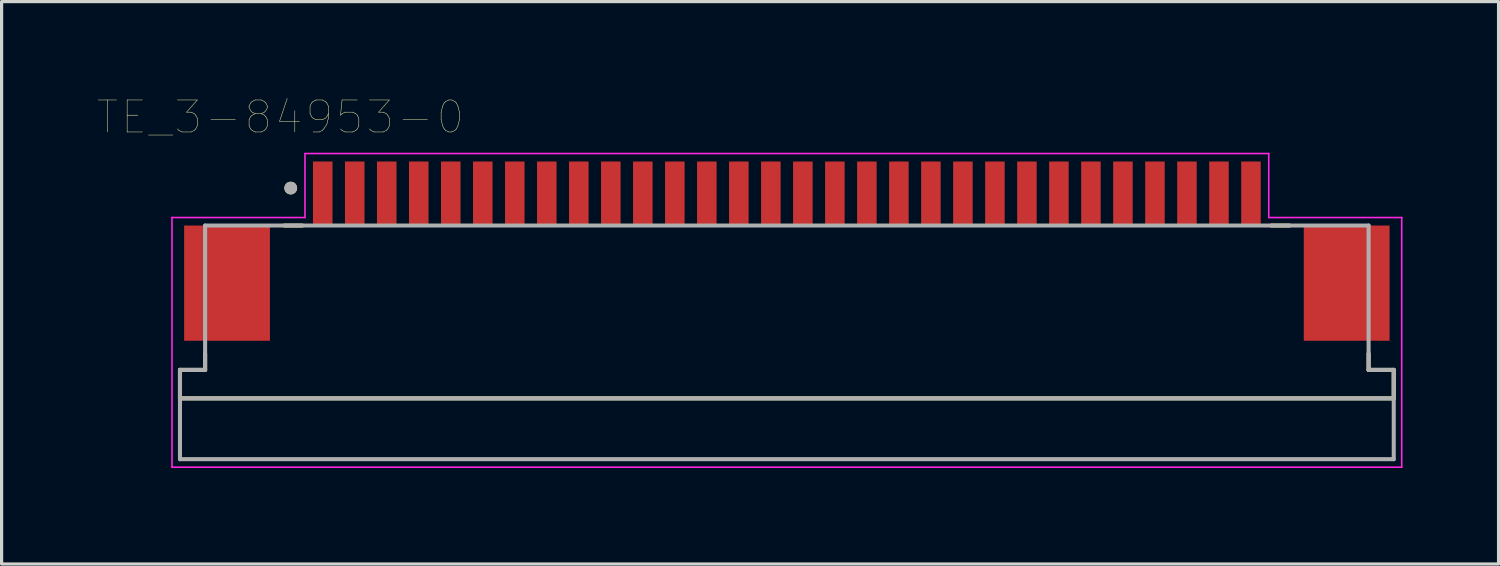
<source format=kicad_pcb>
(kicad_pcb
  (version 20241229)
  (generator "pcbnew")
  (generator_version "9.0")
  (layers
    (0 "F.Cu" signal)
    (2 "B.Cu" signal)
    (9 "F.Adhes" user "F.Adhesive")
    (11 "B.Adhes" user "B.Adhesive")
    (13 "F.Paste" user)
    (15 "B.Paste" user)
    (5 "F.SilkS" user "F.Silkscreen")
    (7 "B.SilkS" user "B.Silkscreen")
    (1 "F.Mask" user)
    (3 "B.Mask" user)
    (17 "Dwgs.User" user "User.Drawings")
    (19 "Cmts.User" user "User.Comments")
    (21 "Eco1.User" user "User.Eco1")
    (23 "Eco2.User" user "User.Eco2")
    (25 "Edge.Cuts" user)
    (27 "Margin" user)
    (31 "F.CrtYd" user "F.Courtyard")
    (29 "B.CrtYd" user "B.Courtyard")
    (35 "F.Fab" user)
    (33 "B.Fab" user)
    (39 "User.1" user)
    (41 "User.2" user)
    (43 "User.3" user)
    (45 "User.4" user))
  (footprint "TE_3-84953-0"
    (layer "F.Cu")
    (at 21.533 2.996)
    (property "Reference" "TE_3-84953-0" (at -15.825 -2.385 0) (layer "F.SilkS") (effects (font (size 1 1) (thickness 0.015))))
    (attr through_hole)
    (fp_line (start -18.96 6.4) (end -18.96 5.51) (stroke (width 0.127) (type solid)) (layer "F.SilkS"))
    (fp_line (start -18.175 5) (end -18.175 5.51) (stroke (width 0.127) (type solid)) (layer "F.SilkS"))
    (fp_line (start -18.175 5.51) (end -18.96 5.51) (stroke (width 0.127) (type solid)) (layer "F.SilkS"))
    (fp_line (start -15.7 1) (end -15.14 1) (stroke (width 0.127) (type solid)) (layer "F.SilkS"))
    (fp_line (start 15.14 1) (end 15.7 1) (stroke (width 0.127) (type solid)) (layer "F.SilkS"))
    (fp_line (start 18.175 5) (end 18.175 5.51) (stroke (width 0.127) (type solid)) (layer "F.SilkS"))
    (fp_line (start 18.96 5.51) (end 18.175 5.51) (stroke (width 0.127) (type solid)) (layer "F.SilkS"))
    (fp_line (start 18.96 5.51) (end 18.96 6.4) (stroke (width 0.127) (type solid)) (layer "F.SilkS"))
    (fp_line (start 18.96 6.4) (end -18.96 6.4) (stroke (width 0.127) (type solid)) (layer "F.SilkS"))
    (fp_circle (center -15.5 -0.17) (end -15.4 -0.17) (stroke (width 0.2) (type solid)) (fill no) (layer "F.SilkS"))
    (fp_line (start -19.21 0.75) (end -15.055 0.75) (stroke (width 0.05) (type solid)) (layer "F.CrtYd"))
    (fp_line (start -19.21 8.55) (end -19.21 0.75) (stroke (width 0.05) (type solid)) (layer "F.CrtYd"))
    (fp_line (start -15.055 -1.25) (end 15.055 -1.25) (stroke (width 0.05) (type solid)) (layer "F.CrtYd"))
    (fp_line (start -15.055 0.75) (end -15.055 -1.25) (stroke (width 0.05) (type solid)) (layer "F.CrtYd"))
    (fp_line (start 15.055 -1.25) (end 15.055 0.75) (stroke (width 0.05) (type solid)) (layer "F.CrtYd"))
    (fp_line (start 15.055 0.75) (end 19.21 0.75) (stroke (width 0.05) (type solid)) (layer "F.CrtYd"))
    (fp_line (start 19.21 0.75) (end 19.21 8.55) (stroke (width 0.05) (type solid)) (layer "F.CrtYd"))
    (fp_line (start 19.21 8.55) (end -19.21 8.55) (stroke (width 0.05) (type solid)) (layer "F.CrtYd"))
    (fp_line (start -18.96 5.51) (end -18.96 6.4) (stroke (width 0.127) (type solid)) (layer "F.Fab"))
    (fp_line (start -18.96 8.3) (end -18.96 6.4) (stroke (width 0.127) (type solid)) (layer "F.Fab"))
    (fp_line (start -18.175 1) (end -18.175 5.51) (stroke (width 0.127) (type solid)) (layer "F.Fab"))
    (fp_line (start -18.175 1) (end 18.175 1) (stroke (width 0.127) (type solid)) (layer "F.Fab"))
    (fp_line (start -18.175 5.51) (end -18.96 5.51) (stroke (width 0.127) (type solid)) (layer "F.Fab"))
    (fp_line (start 18.175 1) (end 18.175 5.51) (stroke (width 0.127) (type solid)) (layer "F.Fab"))
    (fp_line (start 18.96 5.51) (end 18.175 5.51) (stroke (width 0.127) (type solid)) (layer "F.Fab"))
    (fp_line (start 18.96 5.51) (end 18.96 6.4) (stroke (width 0.127) (type solid)) (layer "F.Fab"))
    (fp_line (start 18.96 6.4) (end -18.96 6.4) (stroke (width 0.127) (type solid)) (layer "F.Fab"))
    (fp_line (start 18.96 6.4) (end 18.96 8.3) (stroke (width 0.127) (type solid)) (layer "F.Fab"))
    (fp_line (start 18.96 8.3) (end -18.96 8.3) (stroke (width 0.127) (type solid)) (layer "F.Fab"))
    (fp_circle (center -15.5 -0.17) (end -15.4 -0.17) (stroke (width 0.2) (type solid)) (fill no) (layer "F.Fab"))
    (pad "1" smd rect (at -14.5 0) (size 0.61 2) (layers "F.Cu" "F.Mask" "F.Paste"))
    (pad "2" smd rect (at -13.5 0) (size 0.61 2) (layers "F.Cu" "F.Mask" "F.Paste"))
    (pad "3" smd rect (at -12.5 0) (size 0.61 2) (layers "F.Cu" "F.Mask" "F.Paste"))
    (pad "4" smd rect (at -11.5 0) (size 0.61 2) (layers "F.Cu" "F.Mask" "F.Paste"))
    (pad "5" smd rect (at -10.5 0) (size 0.61 2) (layers "F.Cu" "F.Mask" "F.Paste"))
    (pad "6" smd rect (at -9.5 0) (size 0.61 2) (layers "F.Cu" "F.Mask" "F.Paste"))
    (pad "7" smd rect (at -8.5 0) (size 0.61 2) (layers "F.Cu" "F.Mask" "F.Paste"))
    (pad "8" smd rect (at -7.5 0) (size 0.61 2) (layers "F.Cu" "F.Mask" "F.Paste"))
    (pad "9" smd rect (at -6.5 0) (size 0.61 2) (layers "F.Cu" "F.Mask" "F.Paste"))
    (pad "10" smd rect (at -5.5 0) (size 0.61 2) (layers "F.Cu" "F.Mask" "F.Paste"))
    (pad "11" smd rect (at -4.5 0) (size 0.61 2) (layers "F.Cu" "F.Mask" "F.Paste"))
    (pad "12" smd rect (at -3.5 0) (size 0.61 2) (layers "F.Cu" "F.Mask" "F.Paste"))
    (pad "13" smd rect (at -2.5 0) (size 0.61 2) (layers "F.Cu" "F.Mask" "F.Paste"))
    (pad "14" smd rect (at -1.5 0) (size 0.61 2) (layers "F.Cu" "F.Mask" "F.Paste"))
    (pad "15" smd rect (at -0.5 0) (size 0.61 2) (layers "F.Cu" "F.Mask" "F.Paste"))
    (pad "16" smd rect (at 0.5 0) (size 0.61 2) (layers "F.Cu" "F.Mask" "F.Paste"))
    (pad "17" smd rect (at 1.5 0) (size 0.61 2) (layers "F.Cu" "F.Mask" "F.Paste"))
    (pad "18" smd rect (at 2.5 0) (size 0.61 2) (layers "F.Cu" "F.Mask" "F.Paste"))
    (pad "19" smd rect (at 3.5 0) (size 0.61 2) (layers "F.Cu" "F.Mask" "F.Paste"))
    (pad "20" smd rect (at 4.5 0) (size 0.61 2) (layers "F.Cu" "F.Mask" "F.Paste"))
    (pad "21" smd rect (at 5.5 0) (size 0.61 2) (layers "F.Cu" "F.Mask" "F.Paste"))
    (pad "22" smd rect (at 6.5 0) (size 0.61 2) (layers "F.Cu" "F.Mask" "F.Paste"))
    (pad "23" smd rect (at 7.5 0) (size 0.61 2) (layers "F.Cu" "F.Mask" "F.Paste"))
    (pad "24" smd rect (at 8.5 0) (size 0.61 2) (layers "F.Cu" "F.Mask" "F.Paste"))
    (pad "25" smd rect (at 9.5 0) (size 0.61 2) (layers "F.Cu" "F.Mask" "F.Paste"))
    (pad "26" smd rect (at 10.5 0) (size 0.61 2) (layers "F.Cu" "F.Mask" "F.Paste"))
    (pad "27" smd rect (at 11.5 0) (size 0.61 2) (layers "F.Cu" "F.Mask" "F.Paste"))
    (pad "28" smd rect (at 12.5 0) (size 0.61 2) (layers "F.Cu" "F.Mask" "F.Paste"))
    (pad "29" smd rect (at 13.5 0) (size 0.61 2) (layers "F.Cu" "F.Mask" "F.Paste"))
    (pad "30" smd rect (at 14.5 0) (size 0.61 2) (layers "F.Cu" "F.Mask" "F.Paste"))
    (pad "S1" smd rect (at -17.49 2.8) (size 2.68 3.6) (layers "F.Cu" "F.Mask" "F.Paste"))
    (pad "S2" smd rect (at 17.49 2.8) (size 2.68 3.6) (layers "F.Cu" "F.Mask" "F.Paste")))
  (gr_rect
    (start -3 -3)
    (end 43.768 14.571)
    (stroke (width 0.1) (type default))
    (fill no)
    (layer "Edge.Cuts")))
</source>
